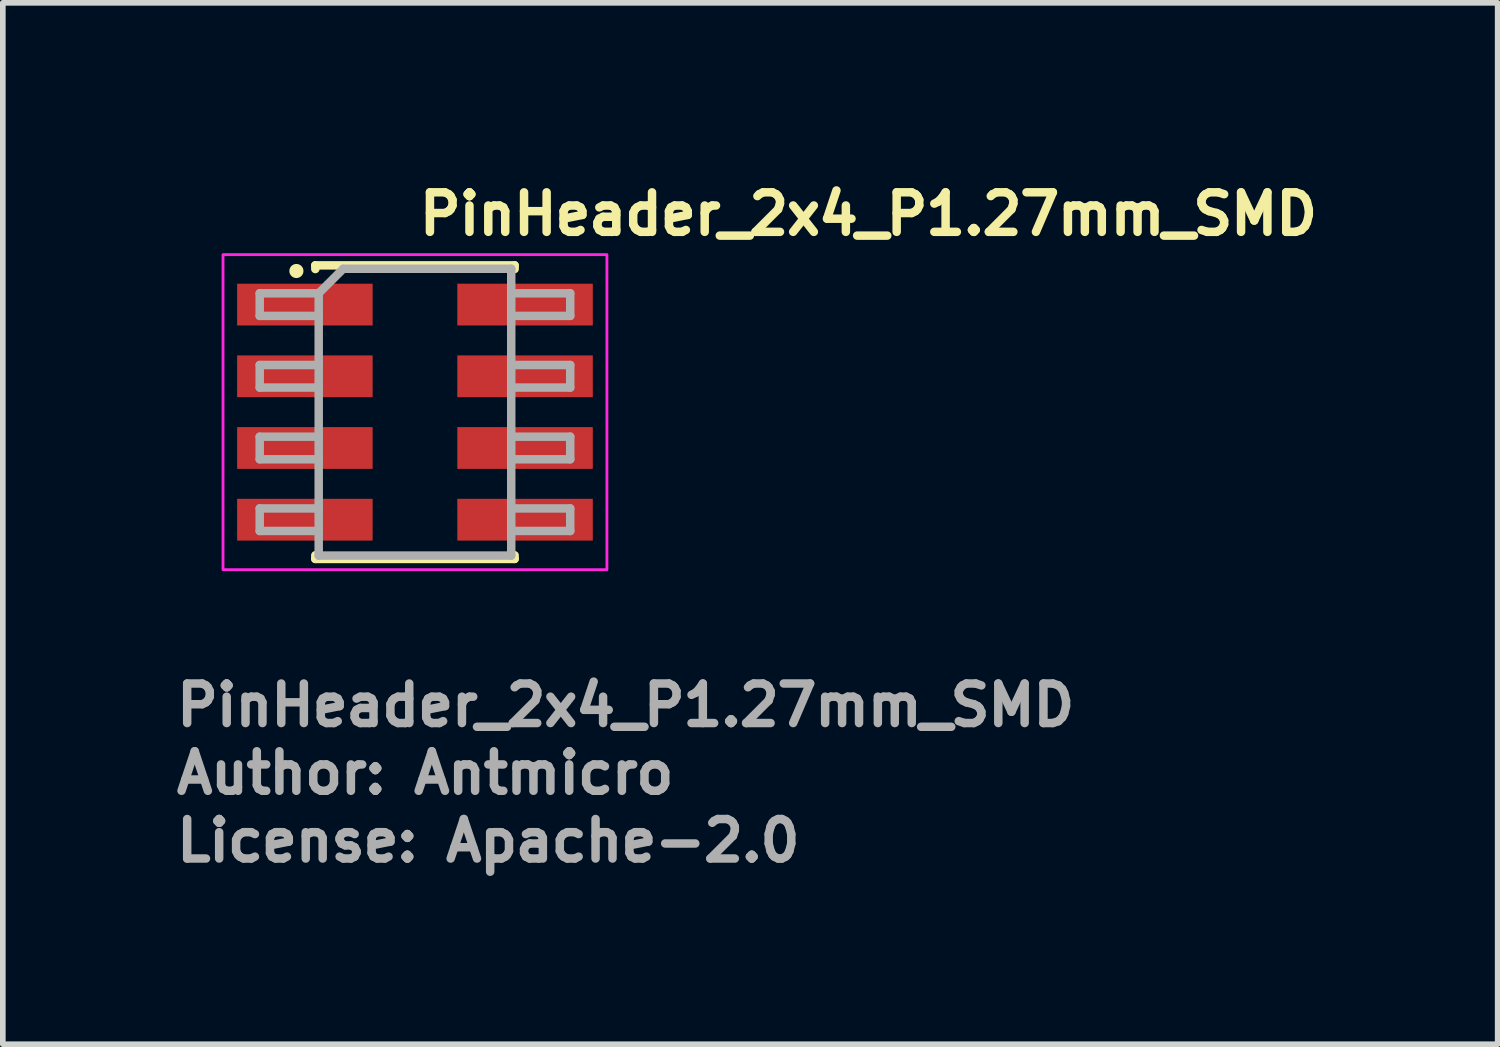
<source format=kicad_pcb>
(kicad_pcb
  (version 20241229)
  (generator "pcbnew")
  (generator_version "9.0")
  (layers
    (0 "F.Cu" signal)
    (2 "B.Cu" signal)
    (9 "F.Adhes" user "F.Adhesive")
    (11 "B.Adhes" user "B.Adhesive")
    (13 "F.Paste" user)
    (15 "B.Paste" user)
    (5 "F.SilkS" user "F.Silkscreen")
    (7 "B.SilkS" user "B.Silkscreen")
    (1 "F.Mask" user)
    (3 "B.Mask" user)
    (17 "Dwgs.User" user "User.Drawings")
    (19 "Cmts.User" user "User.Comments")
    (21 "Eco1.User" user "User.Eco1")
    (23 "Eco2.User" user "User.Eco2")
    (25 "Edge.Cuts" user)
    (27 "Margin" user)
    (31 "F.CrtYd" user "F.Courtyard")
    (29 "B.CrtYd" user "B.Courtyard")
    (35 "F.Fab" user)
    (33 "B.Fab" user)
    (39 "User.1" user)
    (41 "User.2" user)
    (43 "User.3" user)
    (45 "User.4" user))
  (footprint "PinHeader_2x4_P1.27mm_SMD"
    (layer "F.Cu")
    (at 4.3 4.25)
    (property "Reference" "PinHeader_2x4_P1.27mm_SMD" (at 0 -3.1 0) (layer "F.SilkS") (effects (font (size 0.7 0.7) (thickness 0.15)) (justify left bottom)))
    (attr smd)
    (fp_line (start -1.765 -2.6) (end -1.765 -2.535) (stroke (width 0.15) (type solid)) (layer "F.SilkS"))
    (fp_line (start -1.765 -2.6) (end 1.765 -2.6) (stroke (width 0.15) (type solid)) (layer "F.SilkS"))
    (fp_line (start -1.765 2.535) (end -1.765 2.6) (stroke (width 0.15) (type solid)) (layer "F.SilkS"))
    (fp_line (start -1.765 2.6) (end 1.765 2.6) (stroke (width 0.15) (type solid)) (layer "F.SilkS"))
    (fp_line (start 1.765 -2.6) (end 1.765 -2.535) (stroke (width 0.15) (type solid)) (layer "F.SilkS"))
    (fp_line (start 1.765 2.535) (end 1.765 2.6) (stroke (width 0.15) (type solid)) (layer "F.SilkS"))
    (fp_circle (center -2.1 -2.5) (end -2.05 -2.5) (stroke (width 0.15) (type solid)) (fill yes) (layer "F.SilkS"))
    (fp_rect (start -3.4 -2.79) (end 3.4 2.79) (stroke (width 0.05) (type solid)) (fill no) (layer "F.CrtYd"))
    (fp_line (start -2.75 -2.105) (end -2.75 -1.705) (stroke (width 0.15) (type solid)) (layer "F.Fab"))
    (fp_line (start -2.75 -1.705) (end -1.705 -1.705) (stroke (width 0.15) (type solid)) (layer "F.Fab"))
    (fp_line (start -2.75 -0.835) (end -2.75 -0.435) (stroke (width 0.15) (type solid)) (layer "F.Fab"))
    (fp_line (start -2.75 -0.435) (end -1.705 -0.435) (stroke (width 0.15) (type solid)) (layer "F.Fab"))
    (fp_line (start -2.75 0.435) (end -2.75 0.835) (stroke (width 0.15) (type solid)) (layer "F.Fab"))
    (fp_line (start -2.75 0.835) (end -1.705 0.835) (stroke (width 0.15) (type solid)) (layer "F.Fab"))
    (fp_line (start -2.75 1.705) (end -2.75 2.105) (stroke (width 0.15) (type solid)) (layer "F.Fab"))
    (fp_line (start -2.75 2.105) (end -1.705 2.105) (stroke (width 0.15) (type solid)) (layer "F.Fab"))
    (fp_line (start -1.705 -2.105) (end -2.75 -2.105) (stroke (width 0.15) (type solid)) (layer "F.Fab"))
    (fp_line (start -1.705 -2.105) (end -1.27 -2.54) (stroke (width 0.15) (type solid)) (layer "F.Fab"))
    (fp_line (start -1.705 -0.835) (end -2.75 -0.835) (stroke (width 0.15) (type solid)) (layer "F.Fab"))
    (fp_line (start -1.705 0.435) (end -2.75 0.435) (stroke (width 0.15) (type solid)) (layer "F.Fab"))
    (fp_line (start -1.705 1.705) (end -2.75 1.705) (stroke (width 0.15) (type solid)) (layer "F.Fab"))
    (fp_line (start -1.705 2.54) (end -1.705 -2.105) (stroke (width 0.15) (type solid)) (layer "F.Fab"))
    (fp_line (start -1.27 -2.54) (end 1.705 -2.54) (stroke (width 0.15) (type solid)) (layer "F.Fab"))
    (fp_line (start 1.705 -2.54) (end 1.705 2.54) (stroke (width 0.15) (type solid)) (layer "F.Fab"))
    (fp_line (start 1.705 -2.105) (end 2.75 -2.105) (stroke (width 0.15) (type solid)) (layer "F.Fab"))
    (fp_line (start 1.705 -0.835) (end 2.75 -0.835) (stroke (width 0.15) (type solid)) (layer "F.Fab"))
    (fp_line (start 1.705 0.435) (end 2.75 0.435) (stroke (width 0.15) (type solid)) (layer "F.Fab"))
    (fp_line (start 1.705 1.705) (end 2.75 1.705) (stroke (width 0.15) (type solid)) (layer "F.Fab"))
    (fp_line (start 1.705 2.54) (end -1.705 2.54) (stroke (width 0.15) (type solid)) (layer "F.Fab"))
    (fp_line (start 2.75 -2.105) (end 2.75 -1.705) (stroke (width 0.15) (type solid)) (layer "F.Fab"))
    (fp_line (start 2.75 -1.705) (end 1.705 -1.705) (stroke (width 0.15) (type solid)) (layer "F.Fab"))
    (fp_line (start 2.75 -0.835) (end 2.75 -0.435) (stroke (width 0.15) (type solid)) (layer "F.Fab"))
    (fp_line (start 2.75 -0.435) (end 1.705 -0.435) (stroke (width 0.15) (type solid)) (layer "F.Fab"))
    (fp_line (start 2.75 0.435) (end 2.75 0.835) (stroke (width 0.15) (type solid)) (layer "F.Fab"))
    (fp_line (start 2.75 0.835) (end 1.705 0.835) (stroke (width 0.15) (type solid)) (layer "F.Fab"))
    (fp_line (start 2.75 1.705) (end 2.75 2.105) (stroke (width 0.15) (type solid)) (layer "F.Fab"))
    (fp_line (start 2.75 2.105) (end 1.705 2.105) (stroke (width 0.15) (type solid)) (layer "F.Fab"))
    (fp_rect (start -2.785 -2.54) (end 2.785 2.54) (stroke (width 0.1) (type solid)) (fill no) (layer "User.5"))
    (fp_line (start -2.785 -2.005) (end -2.785 -1.805) (stroke (width 0.02) (type solid)) (layer "User.9"))
    (fp_line (start -2.785 -0.735) (end -2.785 -0.535) (stroke (width 0.02) (type solid)) (layer "User.9"))
    (fp_line (start -2.785 0.535) (end -2.785 0.735) (stroke (width 0.02) (type solid)) (layer "User.9"))
    (fp_line (start -2.785 1.805) (end -2.785 2.005) (stroke (width 0.02) (type solid)) (layer "User.9"))
    (fp_line (start -2.685 -2.105) (end -2.785 -2.005) (stroke (width 0.02) (type solid)) (layer "User.9"))
    (fp_line (start -2.685 -2.105) (end -2.685 -1.705) (stroke (width 0.02) (type solid)) (layer "User.9"))
    (fp_line (start -2.685 -1.705) (end -2.785 -1.805) (stroke (width 0.02) (type solid)) (layer "User.9"))
    (fp_line (start -2.685 -0.835) (end -2.785 -0.735) (stroke (width 0.02) (type solid)) (layer "User.9"))
    (fp_line (start -2.685 -0.835) (end -2.685 -0.435) (stroke (width 0.02) (type solid)) (layer "User.9"))
    (fp_line (start -2.685 -0.435) (end -2.785 -0.535) (stroke (width 0.02) (type solid)) (layer "User.9"))
    (fp_line (start -2.685 0.435) (end -2.785 0.535) (stroke (width 0.02) (type solid)) (layer "User.9"))
    (fp_line (start -2.685 0.435) (end -2.685 0.835) (stroke (width 0.02) (type solid)) (layer "User.9"))
    (fp_line (start -2.685 0.835) (end -2.785 0.735) (stroke (width 0.02) (type solid)) (layer "User.9"))
    (fp_line (start -2.685 1.705) (end -2.785 1.805) (stroke (width 0.02) (type solid)) (layer "User.9"))
    (fp_line (start -2.685 1.705) (end -2.685 2.105) (stroke (width 0.02) (type solid)) (layer "User.9"))
    (fp_line (start -2.685 2.105) (end -2.785 2.005) (stroke (width 0.02) (type solid)) (layer "User.9"))
    (fp_line (start -1.7 -2.413) (end -1.7 -1.397) (stroke (width 0.02) (type solid)) (layer "User.9"))
    (fp_line (start -1.7 -2.105) (end -2.685 -2.105) (stroke (width 0.02) (type solid)) (layer "User.9"))
    (fp_line (start -1.7 -1.705) (end -2.685 -1.705) (stroke (width 0.02) (type solid)) (layer "User.9"))
    (fp_line (start -1.7 -1.397) (end -1.573 -1.27) (stroke (width 0.02) (type solid)) (layer "User.9"))
    (fp_line (start -1.7 -1.143) (end -1.7 -0.127) (stroke (width 0.02) (type solid)) (layer "User.9"))
    (fp_line (start -1.7 -0.835) (end -2.685 -0.835) (stroke (width 0.02) (type solid)) (layer "User.9"))
    (fp_line (start -1.7 -0.435) (end -2.685 -0.435) (stroke (width 0.02) (type solid)) (layer "User.9"))
    (fp_line (start -1.7 -0.127) (end -1.573 0) (stroke (width 0.02) (type solid)) (layer "User.9"))
    (fp_line (start -1.7 0.127) (end -1.7 1.143) (stroke (width 0.02) (type solid)) (layer "User.9"))
    (fp_line (start -1.7 0.435) (end -2.685 0.435) (stroke (width 0.02) (type solid)) (layer "User.9"))
    (fp_line (start -1.7 0.835) (end -2.685 0.835) (stroke (width 0.02) (type solid)) (layer "User.9"))
    (fp_line (start -1.7 1.143) (end -1.573 1.27) (stroke (width 0.02) (type solid)) (layer "User.9"))
    (fp_line (start -1.7 1.397) (end -1.7 2.413) (stroke (width 0.02) (type solid)) (layer "User.9"))
    (fp_line (start -1.7 1.705) (end -2.685 1.705) (stroke (width 0.02) (type solid)) (layer "User.9"))
    (fp_line (start -1.7 2.105) (end -2.685 2.105) (stroke (width 0.02) (type solid)) (layer "User.9"))
    (fp_line (start -1.7 2.413) (end -1.573 2.54) (stroke (width 0.02) (type solid)) (layer "User.9"))
    (fp_line (start -1.573 -2.54) (end -1.7 -2.413) (stroke (width 0.02) (type solid)) (layer "User.9"))
    (fp_line (start -1.573 -1.27) (end -1.7 -1.143) (stroke (width 0.02) (type solid)) (layer "User.9"))
    (fp_line (start -1.573 0) (end -1.7 0.127) (stroke (width 0.02) (type solid)) (layer "User.9"))
    (fp_line (start -1.573 1.27) (end -1.7 1.397) (stroke (width 0.02) (type solid)) (layer "User.9"))
    (fp_line (start -1.573 2.54) (end 1.573 2.54) (stroke (width 0.02) (type solid)) (layer "User.9"))
    (fp_line (start -0.835 -2.105) (end -0.835 -1.705) (stroke (width 0.02) (type solid)) (layer "User.9"))
    (fp_line (start -0.835 -2.105) (end -0.735 -2.005) (stroke (width 0.02) (type solid)) (layer "User.9"))
    (fp_line (start -0.835 -1.705) (end -0.735 -1.805) (stroke (width 0.02) (type solid)) (layer "User.9"))
    (fp_line (start -0.835 -0.835) (end -0.835 -0.435) (stroke (width 0.02) (type solid)) (layer "User.9"))
    (fp_line (start -0.835 -0.835) (end -0.735 -0.735) (stroke (width 0.02) (type solid)) (layer "User.9"))
    (fp_line (start -0.835 -0.435) (end -0.735 -0.535) (stroke (width 0.02) (type solid)) (layer "User.9"))
    (fp_line (start -0.835 0.435) (end -0.835 0.835) (stroke (width 0.02) (type solid)) (layer "User.9"))
    (fp_line (start -0.835 0.435) (end -0.735 0.535) (stroke (width 0.02) (type solid)) (layer "User.9"))
    (fp_line (start -0.835 0.835) (end -0.735 0.735) (stroke (width 0.02) (type solid)) (layer "User.9"))
    (fp_line (start -0.835 1.705) (end -0.835 2.105) (stroke (width 0.02) (type solid)) (layer "User.9"))
    (fp_line (start -0.835 1.705) (end -0.735 1.805) (stroke (width 0.02) (type solid)) (layer "User.9"))
    (fp_line (start -0.835 2.105) (end -0.735 2.005) (stroke (width 0.02) (type solid)) (layer "User.9"))
    (fp_line (start -0.735 -2.005) (end -0.735 -1.805) (stroke (width 0.02) (type solid)) (layer "User.9"))
    (fp_line (start -0.735 -0.735) (end -0.735 -0.535) (stroke (width 0.02) (type solid)) (layer "User.9"))
    (fp_line (start -0.735 0.535) (end -0.735 0.735) (stroke (width 0.02) (type solid)) (layer "User.9"))
    (fp_line (start -0.735 1.805) (end -0.735 2.005) (stroke (width 0.02) (type solid)) (layer "User.9"))
    (fp_line (start -0.535 -2.005) (end -0.735 -2.005) (stroke (width 0.02) (type solid)) (layer "User.9"))
    (fp_line (start -0.535 -2.005) (end -0.535 -1.805) (stroke (width 0.02) (type solid)) (layer "User.9"))
    (fp_line (start -0.535 -1.805) (end -0.735 -1.805) (stroke (width 0.02) (type solid)) (layer "User.9"))
    (fp_line (start -0.535 -0.735) (end -0.735 -0.735) (stroke (width 0.02) (type solid)) (layer "User.9"))
    (fp_line (start -0.535 -0.735) (end -0.535 -0.535) (stroke (width 0.02) (type solid)) (layer "User.9"))
    (fp_line (start -0.535 -0.535) (end -0.735 -0.535) (stroke (width 0.02) (type solid)) (layer "User.9"))
    (fp_line (start -0.535 0.535) (end -0.735 0.535) (stroke (width 0.02) (type solid)) (layer "User.9"))
    (fp_line (start -0.535 0.535) (end -0.535 0.735) (stroke (width 0.02) (type solid)) (layer "User.9"))
    (fp_line (start -0.535 0.735) (end -0.735 0.735) (stroke (width 0.02) (type solid)) (layer "User.9"))
    (fp_line (start -0.535 1.805) (end -0.735 1.805) (stroke (width 0.02) (type solid)) (layer "User.9"))
    (fp_line (start -0.535 1.805) (end -0.535 2.005) (stroke (width 0.02) (type solid)) (layer "User.9"))
    (fp_line (start -0.535 2.005) (end -0.735 2.005) (stroke (width 0.02) (type solid)) (layer "User.9"))
    (fp_line (start -0.435 -2.105) (end -0.835 -2.105) (stroke (width 0.02) (type solid)) (layer "User.9"))
    (fp_line (start -0.435 -2.105) (end -0.535 -2.005) (stroke (width 0.02) (type solid)) (layer "User.9"))
    (fp_line (start -0.435 -2.105) (end -0.435 -1.705) (stroke (width 0.02) (type solid)) (layer "User.9"))
    (fp_line (start -0.435 -1.705) (end -0.835 -1.705) (stroke (width 0.02) (type solid)) (layer "User.9"))
    (fp_line (start -0.435 -1.705) (end -0.535 -1.805) (stroke (width 0.02) (type solid)) (layer "User.9"))
    (fp_line (start -0.435 -0.835) (end -0.835 -0.835) (stroke (width 0.02) (type solid)) (layer "User.9"))
    (fp_line (start -0.435 -0.835) (end -0.535 -0.735) (stroke (width 0.02) (type solid)) (layer "User.9"))
    (fp_line (start -0.435 -0.835) (end -0.435 -0.435) (stroke (width 0.02) (type solid)) (layer "User.9"))
    (fp_line (start -0.435 -0.435) (end -0.835 -0.435) (stroke (width 0.02) (type solid)) (layer "User.9"))
    (fp_line (start -0.435 -0.435) (end -0.535 -0.535) (stroke (width 0.02) (type solid)) (layer "User.9"))
    (fp_line (start -0.435 0.435) (end -0.835 0.435) (stroke (width 0.02) (type solid)) (layer "User.9"))
    (fp_line (start -0.435 0.435) (end -0.535 0.535) (stroke (width 0.02) (type solid)) (layer "User.9"))
    (fp_line (start -0.435 0.435) (end -0.435 0.835) (stroke (width 0.02) (type solid)) (layer "User.9"))
    (fp_line (start -0.435 0.835) (end -0.835 0.835) (stroke (width 0.02) (type solid)) (layer "User.9"))
    (fp_line (start -0.435 0.835) (end -0.535 0.735) (stroke (width 0.02) (type solid)) (layer "User.9"))
    (fp_line (start -0.435 1.705) (end -0.835 1.705) (stroke (width 0.02) (type solid)) (layer "User.9"))
    (fp_line (start -0.435 1.705) (end -0.535 1.805) (stroke (width 0.02) (type solid)) (layer "User.9"))
    (fp_line (start -0.435 1.705) (end -0.435 2.105) (stroke (width 0.02) (type solid)) (layer "User.9"))
    (fp_line (start -0.435 2.105) (end -0.835 2.105) (stroke (width 0.02) (type solid)) (layer "User.9"))
    (fp_line (start -0.435 2.105) (end -0.535 2.005) (stroke (width 0.02) (type solid)) (layer "User.9"))
    (fp_line (start 0.435 -2.105) (end 0.435 -1.705) (stroke (width 0.02) (type solid)) (layer "User.9"))
    (fp_line (start 0.435 -2.105) (end 0.535 -2.005) (stroke (width 0.02) (type solid)) (layer "User.9"))
    (fp_line (start 0.435 -2.105) (end 0.835 -2.105) (stroke (width 0.02) (type solid)) (layer "User.9"))
    (fp_line (start 0.435 -1.705) (end 0.535 -1.805) (stroke (width 0.02) (type solid)) (layer "User.9"))
    (fp_line (start 0.435 -1.705) (end 0.835 -1.705) (stroke (width 0.02) (type solid)) (layer "User.9"))
    (fp_line (start 0.435 -0.835) (end 0.435 -0.435) (stroke (width 0.02) (type solid)) (layer "User.9"))
    (fp_line (start 0.435 -0.835) (end 0.535 -0.735) (stroke (width 0.02) (type solid)) (layer "User.9"))
    (fp_line (start 0.435 -0.835) (end 0.835 -0.835) (stroke (width 0.02) (type solid)) (layer "User.9"))
    (fp_line (start 0.435 -0.435) (end 0.535 -0.535) (stroke (width 0.02) (type solid)) (layer "User.9"))
    (fp_line (start 0.435 -0.435) (end 0.835 -0.435) (stroke (width 0.02) (type solid)) (layer "User.9"))
    (fp_line (start 0.435 0.435) (end 0.435 0.835) (stroke (width 0.02) (type solid)) (layer "User.9"))
    (fp_line (start 0.435 0.435) (end 0.535 0.535) (stroke (width 0.02) (type solid)) (layer "User.9"))
    (fp_line (start 0.435 0.435) (end 0.835 0.435) (stroke (width 0.02) (type solid)) (layer "User.9"))
    (fp_line (start 0.435 0.835) (end 0.535 0.735) (stroke (width 0.02) (type solid)) (layer "User.9"))
    (fp_line (start 0.435 0.835) (end 0.835 0.835) (stroke (width 0.02) (type solid)) (layer "User.9"))
    (fp_line (start 0.435 1.705) (end 0.435 2.105) (stroke (width 0.02) (type solid)) (layer "User.9"))
    (fp_line (start 0.435 1.705) (end 0.535 1.805) (stroke (width 0.02) (type solid)) (layer "User.9"))
    (fp_line (start 0.435 1.705) (end 0.835 1.705) (stroke (width 0.02) (type solid)) (layer "User.9"))
    (fp_line (start 0.435 2.105) (end 0.535 2.005) (stroke (width 0.02) (type solid)) (layer "User.9"))
    (fp_line (start 0.435 2.105) (end 0.835 2.105) (stroke (width 0.02) (type solid)) (layer "User.9"))
    (fp_line (start 0.535 -2.005) (end 0.535 -1.805) (stroke (width 0.02) (type solid)) (layer "User.9"))
    (fp_line (start 0.535 -2.005) (end 0.735 -2.005) (stroke (width 0.02) (type solid)) (layer "User.9"))
    (fp_line (start 0.535 -1.805) (end 0.735 -1.805) (stroke (width 0.02) (type solid)) (layer "User.9"))
    (fp_line (start 0.535 -0.735) (end 0.535 -0.535) (stroke (width 0.02) (type solid)) (layer "User.9"))
    (fp_line (start 0.535 -0.735) (end 0.735 -0.735) (stroke (width 0.02) (type solid)) (layer "User.9"))
    (fp_line (start 0.535 -0.535) (end 0.735 -0.535) (stroke (width 0.02) (type solid)) (layer "User.9"))
    (fp_line (start 0.535 0.535) (end 0.535 0.735) (stroke (width 0.02) (type solid)) (layer "User.9"))
    (fp_line (start 0.535 0.535) (end 0.735 0.535) (stroke (width 0.02) (type solid)) (layer "User.9"))
    (fp_line (start 0.535 0.735) (end 0.735 0.735) (stroke (width 0.02) (type solid)) (layer "User.9"))
    (fp_line (start 0.535 1.805) (end 0.535 2.005) (stroke (width 0.02) (type solid)) (layer "User.9"))
    (fp_line (start 0.535 1.805) (end 0.735 1.805) (stroke (width 0.02) (type solid)) (layer "User.9"))
    (fp_line (start 0.535 2.005) (end 0.735 2.005) (stroke (width 0.02) (type solid)) (layer "User.9"))
    (fp_line (start 0.735 -2.005) (end 0.735 -1.805) (stroke (width 0.02) (type solid)) (layer "User.9"))
    (fp_line (start 0.735 -0.735) (end 0.735 -0.535) (stroke (width 0.02) (type solid)) (layer "User.9"))
    (fp_line (start 0.735 0.535) (end 0.735 0.735) (stroke (width 0.02) (type solid)) (layer "User.9"))
    (fp_line (start 0.735 1.805) (end 0.735 2.005) (stroke (width 0.02) (type solid)) (layer "User.9"))
    (fp_line (start 0.835 -2.105) (end 0.735 -2.005) (stroke (width 0.02) (type solid)) (layer "User.9"))
    (fp_line (start 0.835 -2.105) (end 0.835 -1.705) (stroke (width 0.02) (type solid)) (layer "User.9"))
    (fp_line (start 0.835 -1.705) (end 0.735 -1.805) (stroke (width 0.02) (type solid)) (layer "User.9"))
    (fp_line (start 0.835 -0.835) (end 0.735 -0.735) (stroke (width 0.02) (type solid)) (layer "User.9"))
    (fp_line (start 0.835 -0.835) (end 0.835 -0.435) (stroke (width 0.02) (type solid)) (layer "User.9"))
    (fp_line (start 0.835 -0.435) (end 0.735 -0.535) (stroke (width 0.02) (type solid)) (layer "User.9"))
    (fp_line (start 0.835 0.435) (end 0.735 0.535) (stroke (width 0.02) (type solid)) (layer "User.9"))
    (fp_line (start 0.835 0.435) (end 0.835 0.835) (stroke (width 0.02) (type solid)) (layer "User.9"))
    (fp_line (start 0.835 0.835) (end 0.735 0.735) (stroke (width 0.02) (type solid)) (layer "User.9"))
    (fp_line (start 0.835 1.705) (end 0.735 1.805) (stroke (width 0.02) (type solid)) (layer "User.9"))
    (fp_line (start 0.835 1.705) (end 0.835 2.105) (stroke (width 0.02) (type solid)) (layer "User.9"))
    (fp_line (start 0.835 2.105) (end 0.735 2.005) (stroke (width 0.02) (type solid)) (layer "User.9"))
    (fp_line (start 1.573 -2.54) (end -1.573 -2.54) (stroke (width 0.02) (type solid)) (layer "User.9"))
    (fp_line (start 1.573 -1.27) (end 1.7 -1.397) (stroke (width 0.02) (type solid)) (layer "User.9"))
    (fp_line (start 1.573 0) (end 1.7 -0.127) (stroke (width 0.02) (type solid)) (layer "User.9"))
    (fp_line (start 1.573 1.27) (end 1.7 1.143) (stroke (width 0.02) (type solid)) (layer "User.9"))
    (fp_line (start 1.573 2.54) (end 1.7 2.413) (stroke (width 0.02) (type solid)) (layer "User.9"))
    (fp_line (start 1.7 -2.413) (end 1.573 -2.54) (stroke (width 0.02) (type solid)) (layer "User.9"))
    (fp_line (start 1.7 -2.105) (end 2.685 -2.105) (stroke (width 0.02) (type solid)) (layer "User.9"))
    (fp_line (start 1.7 -1.705) (end 2.685 -1.705) (stroke (width 0.02) (type solid)) (layer "User.9"))
    (fp_line (start 1.7 -1.397) (end 1.7 -2.413) (stroke (width 0.02) (type solid)) (layer "User.9"))
    (fp_line (start 1.7 -1.143) (end 1.573 -1.27) (stroke (width 0.02) (type solid)) (layer "User.9"))
    (fp_line (start 1.7 -0.835) (end 2.685 -0.835) (stroke (width 0.02) (type solid)) (layer "User.9"))
    (fp_line (start 1.7 -0.435) (end 2.685 -0.435) (stroke (width 0.02) (type solid)) (layer "User.9"))
    (fp_line (start 1.7 -0.127) (end 1.7 -1.143) (stroke (width 0.02) (type solid)) (layer "User.9"))
    (fp_line (start 1.7 0.127) (end 1.573 0) (stroke (width 0.02) (type solid)) (layer "User.9"))
    (fp_line (start 1.7 0.435) (end 2.685 0.435) (stroke (width 0.02) (type solid)) (layer "User.9"))
    (fp_line (start 1.7 0.835) (end 2.685 0.835) (stroke (width 0.02) (type solid)) (layer "User.9"))
    (fp_line (start 1.7 1.143) (end 1.7 0.127) (stroke (width 0.02) (type solid)) (layer "User.9"))
    (fp_line (start 1.7 1.397) (end 1.573 1.27) (stroke (width 0.02) (type solid)) (layer "User.9"))
    (fp_line (start 1.7 1.705) (end 2.685 1.705) (stroke (width 0.02) (type solid)) (layer "User.9"))
    (fp_line (start 1.7 2.105) (end 2.685 2.105) (stroke (width 0.02) (type solid)) (layer "User.9"))
    (fp_line (start 1.7 2.413) (end 1.7 1.397) (stroke (width 0.02) (type solid)) (layer "User.9"))
    (fp_line (start 2.685 -2.105) (end 2.685 -1.705) (stroke (width 0.02) (type solid)) (layer "User.9"))
    (fp_line (start 2.685 -2.105) (end 2.785 -2.005) (stroke (width 0.02) (type solid)) (layer "User.9"))
    (fp_line (start 2.685 -1.705) (end 2.785 -1.805) (stroke (width 0.02) (type solid)) (layer "User.9"))
    (fp_line (start 2.685 -0.835) (end 2.685 -0.435) (stroke (width 0.02) (type solid)) (layer "User.9"))
    (fp_line (start 2.685 -0.835) (end 2.785 -0.735) (stroke (width 0.02) (type solid)) (layer "User.9"))
    (fp_line (start 2.685 -0.435) (end 2.785 -0.535) (stroke (width 0.02) (type solid)) (layer "User.9"))
    (fp_line (start 2.685 0.435) (end 2.685 0.835) (stroke (width 0.02) (type solid)) (layer "User.9"))
    (fp_line (start 2.685 0.435) (end 2.785 0.535) (stroke (width 0.02) (type solid)) (layer "User.9"))
    (fp_line (start 2.685 0.835) (end 2.785 0.735) (stroke (width 0.02) (type solid)) (layer "User.9"))
    (fp_line (start 2.685 1.705) (end 2.685 2.105) (stroke (width 0.02) (type solid)) (layer "User.9"))
    (fp_line (start 2.685 1.705) (end 2.785 1.805) (stroke (width 0.02) (type solid)) (layer "User.9"))
    (fp_line (start 2.685 2.105) (end 2.785 2.005) (stroke (width 0.02) (type solid)) (layer "User.9"))
    (fp_line (start 2.785 -2.005) (end 2.785 -1.805) (stroke (width 0.02) (type solid)) (layer "User.9"))
    (fp_line (start 2.785 -0.735) (end 2.785 -0.535) (stroke (width 0.02) (type solid)) (layer "User.9"))
    (fp_line (start 2.785 0.535) (end 2.785 0.735) (stroke (width 0.02) (type solid)) (layer "User.9"))
    (fp_line (start 2.785 1.805) (end 2.785 2.005) (stroke (width 0.02) (type solid)) (layer "User.9"))
    (fp_text user "License: Apache-2.0" (at -4.3 8 0) (layer "F.Fab") (effects (font (size 0.7 0.7) (thickness 0.15)) (justify left bottom)))
    (fp_text user "Author: Antmicro" (at -4.3 6.8 0) (layer "F.Fab") (effects (font (size 0.7 0.7) (thickness 0.15)) (justify left bottom)))
    (fp_text user "${REFERENCE}" (at -4.3 5.6 0) (layer "F.Fab") (effects (font (size 0.7 0.7) (thickness 0.15)) (justify left bottom)))
    (pad "1" smd rect (at -1.95 -1.905) (size 2.4 0.74) (layers "F.Cu" "F.Mask" "F.Paste"))
    (pad "2" smd rect (at 1.95 -1.905) (size 2.4 0.74) (layers "F.Cu" "F.Mask" "F.Paste"))
    (pad "3" smd rect (at -1.95 -0.635) (size 2.4 0.74) (layers "F.Cu" "F.Mask" "F.Paste"))
    (pad "4" smd rect (at 1.95 -0.635) (size 2.4 0.74) (layers "F.Cu" "F.Mask" "F.Paste"))
    (pad "5" smd rect (at -1.95 0.635) (size 2.4 0.74) (layers "F.Cu" "F.Mask" "F.Paste"))
    (pad "6" smd rect (at 1.95 0.635) (size 2.4 0.74) (layers "F.Cu" "F.Mask" "F.Paste"))
    (pad "7" smd rect (at -1.95 1.905) (size 2.4 0.74) (layers "F.Cu" "F.Mask" "F.Paste"))
    (pad "8" smd rect (at 1.95 1.905) (size 2.4 0.74) (layers "F.Cu" "F.Mask" "F.Paste")))
  (gr_rect
    (start -3 -3)
    (end 23.477 15.445)
    (stroke (width 0.1) (type default))
    (fill no)
    (layer "Edge.Cuts")))
</source>
